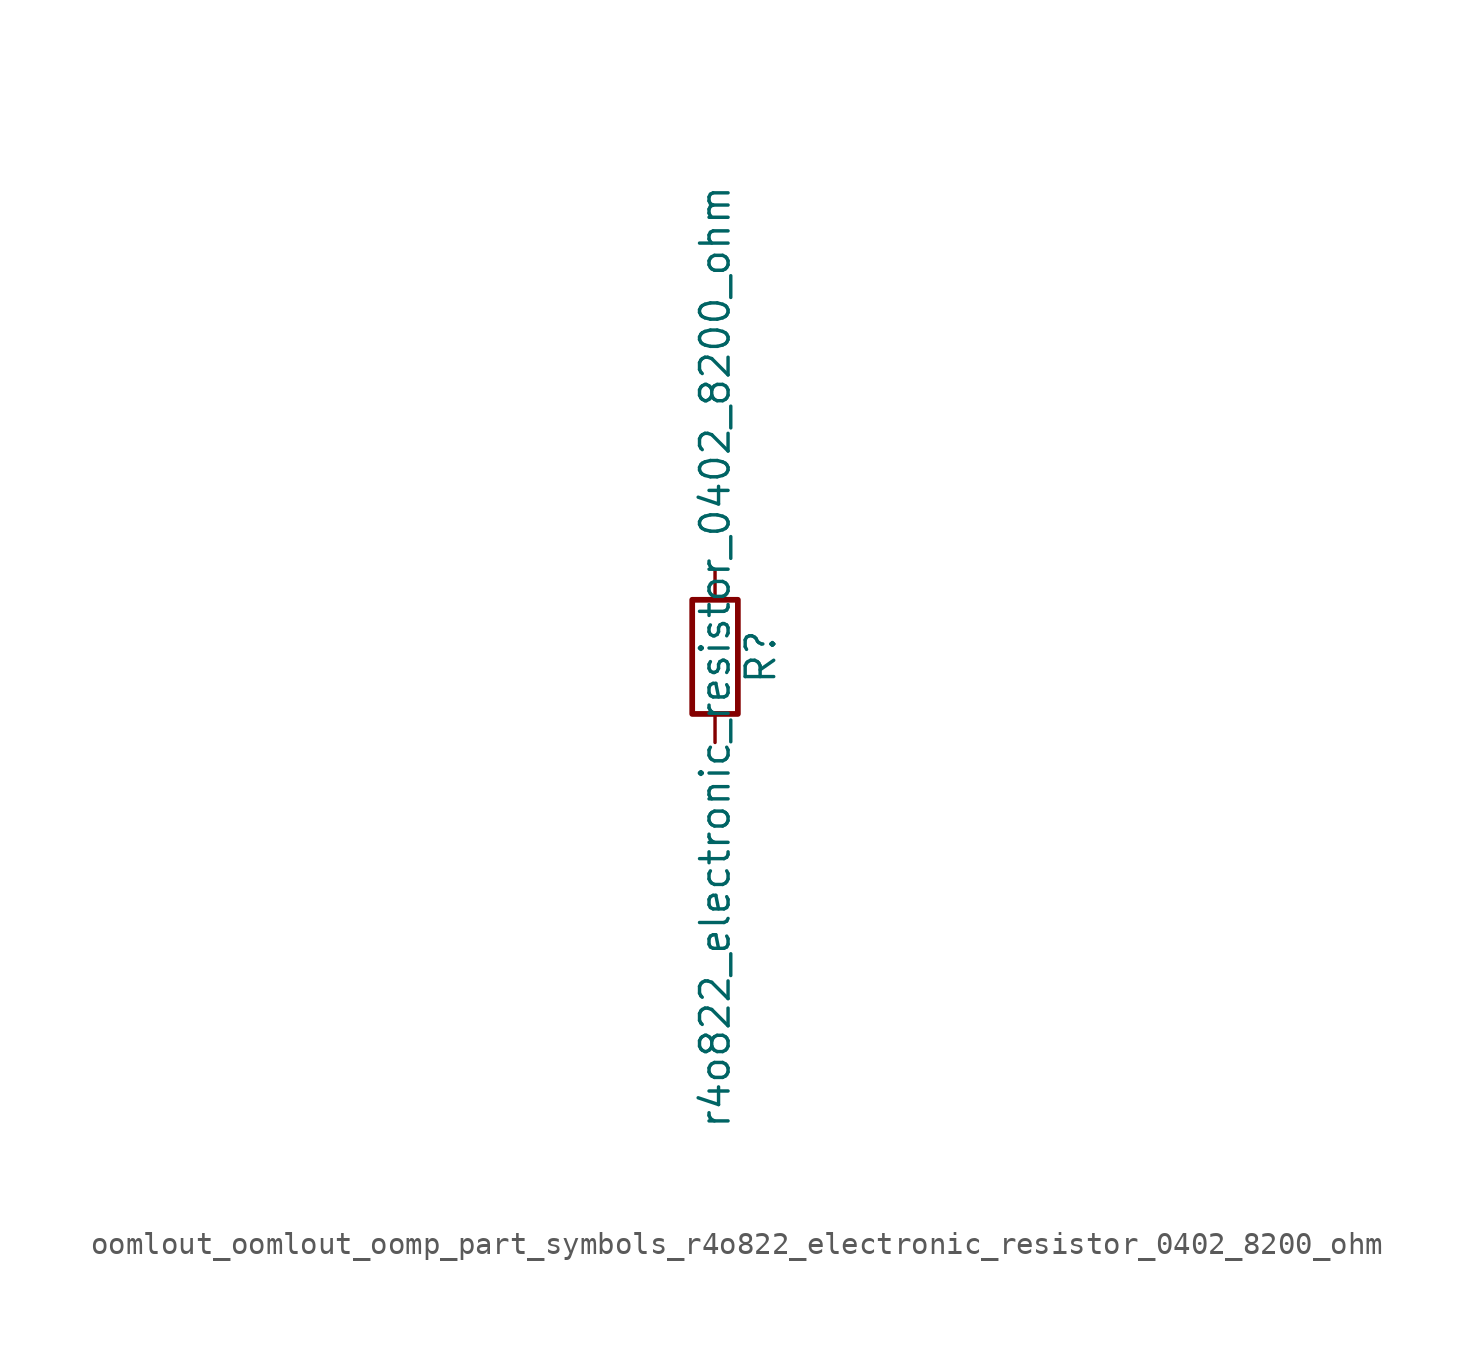
<source format=kicad_sym>
(kicad_symbol_lib
  (version 20220914)
  (generator kicad_symbol_editor)
  (symbol "oomlout_oomlout_oomp_part_symbols_r4o822_electronic_resistor_0402_8200_ohm"
    (pin_numbers hide)
    (pin_names
      (offset 0))
    (property "Reference" "R"
      (at 2.032 0 90)
      (effects (font (size 1.27 1.27))))
    (property "Value" "r4o822_electronic_resistor_0402_8200_ohm"
      (at 0 0 90)
      (effects (font (size 1.27 1.27))))
    (symbol "oomlout_oomlout_oomp_part_symbols_r4o822_electronic_resistor_0402_8200_ohm_0_1"
      (rectangle (start -1.016 -2.54) (end 1.016 2.54) (stroke (width 0.254) (type default)) (fill (type none))))
    (symbol "oomlout_oomlout_oomp_part_symbols_r4o822_electronic_resistor_0402_8200_ohm_1_1"
      (pin passive line (at 0 3.81 270) (length 1.27) (name "~" (effects (font (size 1.27 1.27)))) (number "1" (effects (font (size 1.27 1.27)))))
      (pin passive line (at 0 -3.81 90) (length 1.27) (name "~" (effects (font (size 1.27 1.27)))) (number "2" (effects (font (size 1.27 1.27))))))))
</source>
